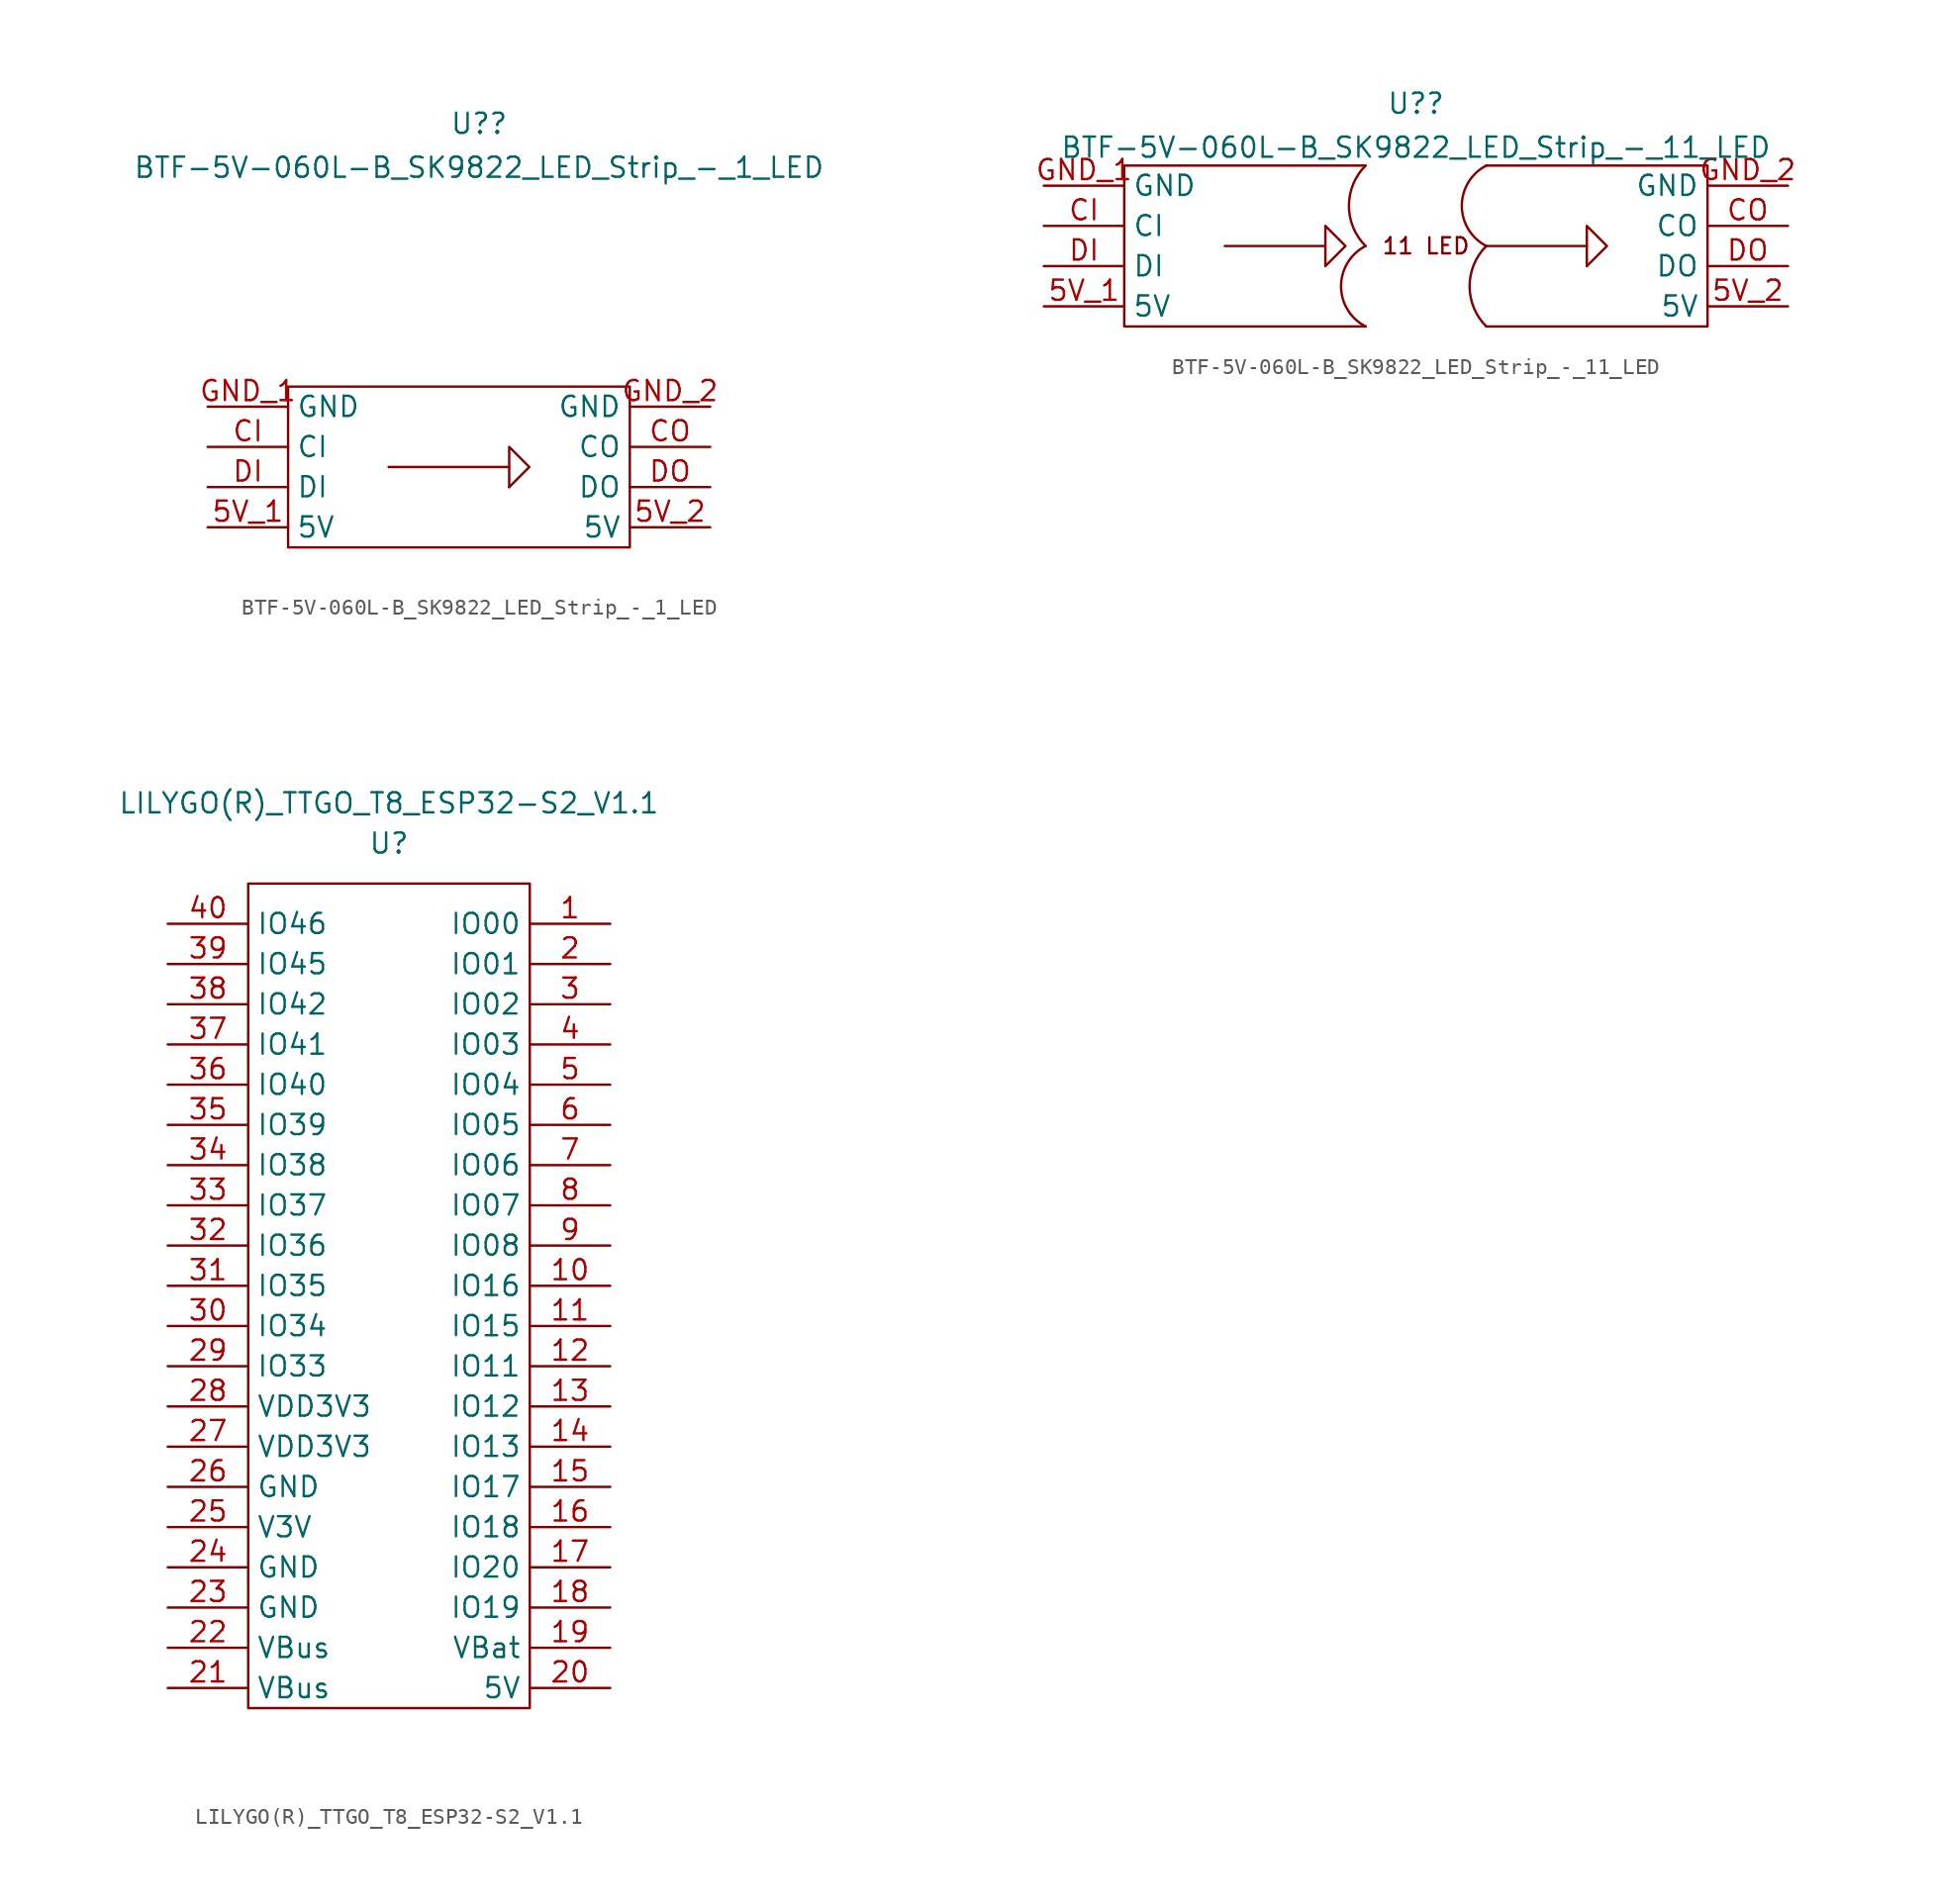
<source format=kicad_sym>
(kicad_symbol_lib
  (version 20211014)
  (generator kicad_symbol_editor)
  (symbol "BTF-5V-060L-B_SK9822_LED_Strip_-_1_LED"
    (property "Reference" "U?"
      (at 0.635 15.346 0)
      (effects (font (size 1.27 1.27))))
    (property "Value" "BTF-5V-060L-B_SK9822_LED_Strip_-_1_LED"
      (at 0.635 12.571 0)
      (effects (font (size 1.27 1.27))))
    (symbol "BTF-5V-060L-B_SK9822_LED_Strip_-_1_LED_0_1"
      (rectangle (start -11.43 -1.27) (end 10.16 -11.43) (stroke (width 0.152) (type default) (color 0 0 0 0)) (fill (type none)))
      (polyline (pts (xy 2.54 -7.62) (xy 2.54 -6.35)) (stroke (width 0.152) (type default) (color 0 0 0 0)) (fill (type none)))
      (polyline (pts (xy -5.08 -6.35) (xy 2.54 -6.35) (xy 2.54 -5.08) (xy 3.81 -6.35) (xy 2.54 -7.62)) (stroke (width 0.152) (type default) (color 0 0 0 0)) (fill (type none))))
    (symbol "BTF-5V-060L-B_SK9822_LED_Strip_-_1_LED_1_1"
      (pin bidirectional line (at -16.51 -10.16 0) (length 5.08) (name "5V" (effects (font (size 1.27 1.27)))) (number "5V_1" (effects (font (size 1.27 1.27)))))
      (pin bidirectional line (at 15.24 -10.16 180) (length 5.08) (name "5V" (effects (font (size 1.27 1.27)))) (number "5V_2" (effects (font (size 1.27 1.27)))))
      (pin input line (at -16.51 -5.08 0) (length 5.08) (name "CI" (effects (font (size 1.27 1.27)))) (number "CI" (effects (font (size 1.27 1.27)))))
      (pin output line (at 15.24 -5.08 180) (length 5.08) (name "CO" (effects (font (size 1.27 1.27)))) (number "CO" (effects (font (size 1.27 1.27)))))
      (pin input line (at -16.51 -7.62 0) (length 5.08) (name "DI" (effects (font (size 1.27 1.27)))) (number "DI" (effects (font (size 1.27 1.27)))))
      (pin output line (at 15.24 -7.62 180) (length 5.08) (name "DO" (effects (font (size 1.27 1.27)))) (number "DO" (effects (font (size 1.27 1.27)))))
      (pin bidirectional line (at -16.51 -2.54 0) (length 5.08) (name "GND" (effects (font (size 1.27 1.27)))) (number "GND_1" (effects (font (size 1.27 1.27)))))
      (pin bidirectional line (at 15.24 -2.54 180) (length 5.08) (name "GND" (effects (font (size 1.27 1.27)))) (number "GND_2" (effects (font (size 1.27 1.27)))))))
  (symbol "BTF-5V-060L-B_SK9822_LED_Strip_-_11_LED"
    (property "Reference" "U?"
      (at -0.635 2.646 0)
      (effects (font (size 1.27 1.27))))
    (property "Value" "BTF-5V-060L-B_SK9822_LED_Strip_-_11_LED"
      (at -0.635 -0.129 0)
      (effects (font (size 1.27 1.27))))
    (symbol "BTF-5V-060L-B_SK9822_LED_Strip_-_11_LED_0_0"
      (polyline (pts (xy -12.7 -6.35) (xy -6.35 -6.35) (xy -6.35 -5.08) (xy -5.08 -6.35) (xy -6.35 -7.62) (xy -6.35 -6.35)) (stroke (width 0.152) (type default) (color 0 0 0 0)) (fill (type none)))
      (text "11 LED" (at 0 -6.35 0) (effects (font (size 1.016 1.016)))))
    (symbol "BTF-5V-060L-B_SK9822_LED_Strip_-_11_LED_0_1"
      (arc (start -3.81 -6.35) (mid -7.9693 -8.89) (end -3.81 -11.43) (stroke (width 0.1524) (type default) (color 0 0 0 0)) (fill (type none)))
      (arc (start -3.81 -1.27) (mid -4.8621 -3.81) (end -3.81 -6.35) (stroke (width 0.1524) (type default) (color 0 0 0 0)) (fill (type none)))
      (polyline (pts (xy 10.16 -7.62) (xy 10.16 -6.35)) (stroke (width 0.152) (type default) (color 0 0 0 0)) (fill (type none)))
      (polyline (pts (xy -3.81 -1.27) (xy -19.05 -1.27) (xy -19.05 -11.43) (xy -3.81 -11.43)) (stroke (width 0.152) (type default) (color 0 0 0 0)) (fill (type none)))
      (polyline (pts (xy 3.81 -1.27) (xy 17.78 -1.27) (xy 17.78 -11.43) (xy 3.81 -11.43)) (stroke (width 0.152) (type default) (color 0 0 0 0)) (fill (type none)))
      (polyline (pts (xy 3.81 -6.35) (xy 10.16 -6.35) (xy 10.16 -5.08) (xy 11.43 -6.35) (xy 10.16 -7.62)) (stroke (width 0.152) (type default) (color 0 0 0 0)) (fill (type none)))
      (arc (start 3.81 -6.35) (mid -2.3221 -8.89) (end 3.81 -11.43) (stroke (width 0.1524) (type default) (color 0 0 0 0)) (fill (type none)))
      (arc (start 3.81 -1.27) (mid 2.2652 -3.81) (end 3.81 -6.35) (stroke (width 0.1524) (type default) (color 0 0 0 0)) (fill (type none))))
    (symbol "BTF-5V-060L-B_SK9822_LED_Strip_-_11_LED_1_1"
      (pin bidirectional line (at -24.13 -10.16 0) (length 5.08) (name "5V" (effects (font (size 1.27 1.27)))) (number "5V_1" (effects (font (size 1.27 1.27)))))
      (pin bidirectional line (at 22.86 -10.16 180) (length 5.08) (name "5V" (effects (font (size 1.27 1.27)))) (number "5V_2" (effects (font (size 1.27 1.27)))))
      (pin input line (at -24.13 -5.08 0) (length 5.08) (name "CI" (effects (font (size 1.27 1.27)))) (number "CI" (effects (font (size 1.27 1.27)))))
      (pin output line (at 22.86 -5.08 180) (length 5.08) (name "CO" (effects (font (size 1.27 1.27)))) (number "CO" (effects (font (size 1.27 1.27)))))
      (pin input line (at -24.13 -7.62 0) (length 5.08) (name "DI" (effects (font (size 1.27 1.27)))) (number "DI" (effects (font (size 1.27 1.27)))))
      (pin output line (at 22.86 -7.62 180) (length 5.08) (name "DO" (effects (font (size 1.27 1.27)))) (number "DO" (effects (font (size 1.27 1.27)))))
      (pin bidirectional line (at -24.13 -2.54 0) (length 5.08) (name "GND" (effects (font (size 1.27 1.27)))) (number "GND_1" (effects (font (size 1.27 1.27)))))
      (pin bidirectional line (at 22.86 -2.54 180) (length 5.08) (name "GND" (effects (font (size 1.27 1.27)))) (number "GND_2" (effects (font (size 1.27 1.27)))))))
  (symbol "LILYGO(R)_TTGO_T8_ESP32-S2_V1.1"
    (property "Reference" "U"
      (at 0 2.54 0)
      (effects (font (size 1.27 1.27))))
    (property "Value" "LILYGO(R)_TTGO_T8_ESP32-S2_V1.1"
      (at 0 5.08 0)
      (effects (font (size 1.27 1.27))))
    (symbol "LILYGO(R)_TTGO_T8_ESP32-S2_V1.1_0_1"
      (rectangle (start -8.89 -52.07) (end 8.89 0) (stroke (width 0.152) (type default) (color 0 0 0 0)) (fill (type none))))
    (symbol "LILYGO(R)_TTGO_T8_ESP32-S2_V1.1_1_1"
      (pin bidirectional line (at 13.97 -2.54 180) (length 5.08) (name "IO00" (effects (font (size 1.27 1.27)))) (number "1" (effects (font (size 1.27 1.27)))))
      (pin bidirectional line (at 13.97 -25.4 180) (length 5.08) (name "IO16" (effects (font (size 1.27 1.27)))) (number "10" (effects (font (size 1.27 1.27)))))
      (pin bidirectional line (at 13.97 -27.94 180) (length 5.08) (name "IO15" (effects (font (size 1.27 1.27)))) (number "11" (effects (font (size 1.27 1.27)))))
      (pin bidirectional line (at 13.97 -30.48 180) (length 5.08) (name "IO11" (effects (font (size 1.27 1.27)))) (number "12" (effects (font (size 1.27 1.27)))))
      (pin bidirectional line (at 13.97 -33.02 180) (length 5.08) (name "IO12" (effects (font (size 1.27 1.27)))) (number "13" (effects (font (size 1.27 1.27)))))
      (pin bidirectional line (at 13.97 -35.56 180) (length 5.08) (name "IO13" (effects (font (size 1.27 1.27)))) (number "14" (effects (font (size 1.27 1.27)))))
      (pin bidirectional line (at 13.97 -38.1 180) (length 5.08) (name "IO17" (effects (font (size 1.27 1.27)))) (number "15" (effects (font (size 1.27 1.27)))))
      (pin bidirectional line (at 13.97 -40.64 180) (length 5.08) (name "IO18" (effects (font (size 1.27 1.27)))) (number "16" (effects (font (size 1.27 1.27)))))
      (pin bidirectional line (at 13.97 -43.18 180) (length 5.08) (name "IO20" (effects (font (size 1.27 1.27)))) (number "17" (effects (font (size 1.27 1.27)))))
      (pin bidirectional line (at 13.97 -45.72 180) (length 5.08) (name "IO19" (effects (font (size 1.27 1.27)))) (number "18" (effects (font (size 1.27 1.27)))))
      (pin power_in line (at 13.97 -48.26 180) (length 5.08) (name "VBat" (effects (font (size 1.27 1.27)))) (number "19" (effects (font (size 1.27 1.27)))))
      (pin bidirectional line (at 13.97 -5.08 180) (length 5.08) (name "IO01" (effects (font (size 1.27 1.27)))) (number "2" (effects (font (size 1.27 1.27)))))
      (pin power_in line (at 13.97 -50.8 180) (length 5.08) (name "5V" (effects (font (size 1.27 1.27)))) (number "20" (effects (font (size 1.27 1.27)))))
      (pin power_in line (at -13.97 -50.8 0) (length 5.08) (name "VBus" (effects (font (size 1.27 1.27)))) (number "21" (effects (font (size 1.27 1.27)))))
      (pin power_in line (at -13.97 -48.26 0) (length 5.08) (name "VBus" (effects (font (size 1.27 1.27)))) (number "22" (effects (font (size 1.27 1.27)))))
      (pin power_in line (at -13.97 -45.72 0) (length 5.08) (name "GND" (effects (font (size 1.27 1.27)))) (number "23" (effects (font (size 1.27 1.27)))))
      (pin power_in line (at -13.97 -43.18 0) (length 5.08) (name "GND" (effects (font (size 1.27 1.27)))) (number "24" (effects (font (size 1.27 1.27)))))
      (pin bidirectional line (at -13.97 -40.64 0) (length 5.08) (name "V3V" (effects (font (size 1.27 1.27)))) (number "25" (effects (font (size 1.27 1.27)))))
      (pin power_in line (at -13.97 -38.1 0) (length 5.08) (name "GND" (effects (font (size 1.27 1.27)))) (number "26" (effects (font (size 1.27 1.27)))))
      (pin power_in line (at -13.97 -35.56 0) (length 5.08) (name "VDD3V3" (effects (font (size 1.27 1.27)))) (number "27" (effects (font (size 1.27 1.27)))))
      (pin power_in line (at -13.97 -33.02 0) (length 5.08) (name "VDD3V3" (effects (font (size 1.27 1.27)))) (number "28" (effects (font (size 1.27 1.27)))))
      (pin bidirectional line (at -13.97 -30.48 0) (length 5.08) (name "IO33" (effects (font (size 1.27 1.27)))) (number "29" (effects (font (size 1.27 1.27)))))
      (pin bidirectional line (at 13.97 -7.62 180) (length 5.08) (name "IO02" (effects (font (size 1.27 1.27)))) (number "3" (effects (font (size 1.27 1.27)))))
      (pin bidirectional line (at -13.97 -27.94 0) (length 5.08) (name "IO34" (effects (font (size 1.27 1.27)))) (number "30" (effects (font (size 1.27 1.27)))))
      (pin bidirectional line (at -13.97 -25.4 0) (length 5.08) (name "IO35" (effects (font (size 1.27 1.27)))) (number "31" (effects (font (size 1.27 1.27)))))
      (pin bidirectional line (at -13.97 -22.86 0) (length 5.08) (name "IO36" (effects (font (size 1.27 1.27)))) (number "32" (effects (font (size 1.27 1.27)))))
      (pin bidirectional line (at -13.97 -20.32 0) (length 5.08) (name "IO37" (effects (font (size 1.27 1.27)))) (number "33" (effects (font (size 1.27 1.27)))))
      (pin bidirectional line (at -13.97 -17.78 0) (length 5.08) (name "IO38" (effects (font (size 1.27 1.27)))) (number "34" (effects (font (size 1.27 1.27)))))
      (pin bidirectional line (at -13.97 -15.24 0) (length 5.08) (name "IO39" (effects (font (size 1.27 1.27)))) (number "35" (effects (font (size 1.27 1.27)))))
      (pin bidirectional line (at -13.97 -12.7 0) (length 5.08) (name "IO40" (effects (font (size 1.27 1.27)))) (number "36" (effects (font (size 1.27 1.27)))))
      (pin bidirectional line (at -13.97 -10.16 0) (length 5.08) (name "IO41" (effects (font (size 1.27 1.27)))) (number "37" (effects (font (size 1.27 1.27)))))
      (pin bidirectional line (at -13.97 -7.62 0) (length 5.08) (name "IO42" (effects (font (size 1.27 1.27)))) (number "38" (effects (font (size 1.27 1.27)))))
      (pin bidirectional line (at -13.97 -5.08 0) (length 5.08) (name "IO45" (effects (font (size 1.27 1.27)))) (number "39" (effects (font (size 1.27 1.27)))))
      (pin bidirectional line (at 13.97 -10.16 180) (length 5.08) (name "IO03" (effects (font (size 1.27 1.27)))) (number "4" (effects (font (size 1.27 1.27)))))
      (pin bidirectional line (at -13.97 -2.54 0) (length 5.08) (name "IO46" (effects (font (size 1.27 1.27)))) (number "40" (effects (font (size 1.27 1.27)))))
      (pin bidirectional line (at 13.97 -12.7 180) (length 5.08) (name "IO04" (effects (font (size 1.27 1.27)))) (number "5" (effects (font (size 1.27 1.27)))))
      (pin bidirectional line (at 13.97 -15.24 180) (length 5.08) (name "IO05" (effects (font (size 1.27 1.27)))) (number "6" (effects (font (size 1.27 1.27)))))
      (pin bidirectional line (at 13.97 -17.78 180) (length 5.08) (name "IO06" (effects (font (size 1.27 1.27)))) (number "7" (effects (font (size 1.27 1.27)))))
      (pin bidirectional line (at 13.97 -20.32 180) (length 5.08) (name "IO07" (effects (font (size 1.27 1.27)))) (number "8" (effects (font (size 1.27 1.27)))))
      (pin bidirectional line (at 13.97 -22.86 180) (length 5.08) (name "IO08" (effects (font (size 1.27 1.27)))) (number "9" (effects (font (size 1.27 1.27))))))))
</source>
